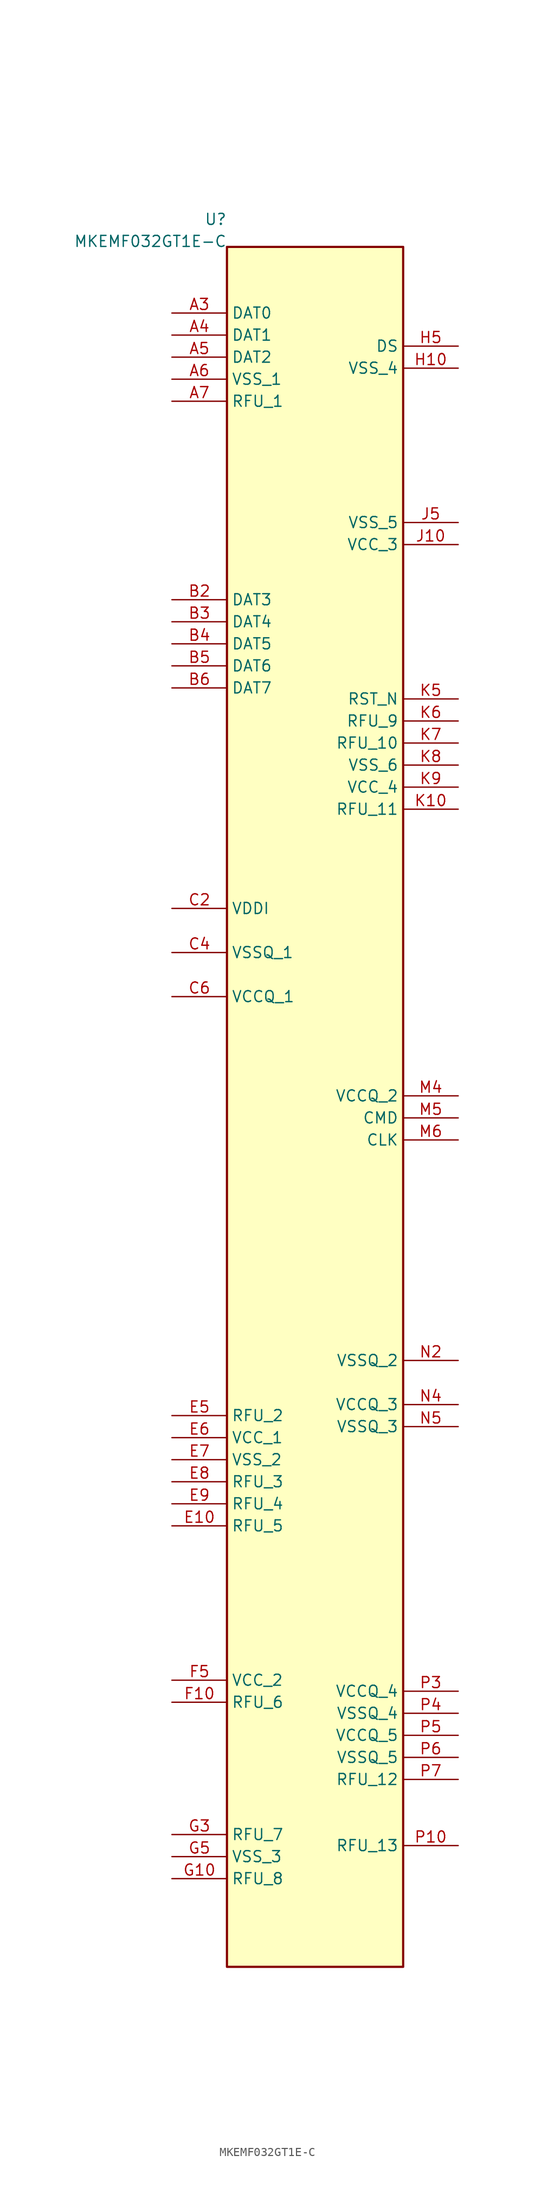
<source format=kicad_sym>
(kicad_symbol_lib
  (version 20241209)
  (generator "kicad_symbol_editor")
  (generator_version "8.0")
  (symbol "MKEMF032GT1E-C"
    (property "Reference" "U"
      (at -10.16 102.235 0)
      (effects (font (size 1.27 1.27)) (justify right) (hide no)))
    (property "Value" "MKEMF032GT1E-C"
      (at -10.16 99.695 0)
      (effects (font (size 1.27 1.27)) (justify right) (hide no)))
    (symbol "MKEMF032GT1E-C_1_1"
      (rectangle (start -10.16 -99.06) (end 10.16 99.06) (stroke (width 0.254) (type solid)) (fill (type background)))
      (pin passive line (at -16.51 96.52 0) (length 6.35) (hide yes) (name "NC_1" (effects (font (size 1.27 1.27)))) (number "A1" (effects (font (size 1.27 1.27)))))
      (pin passive line (at -16.51 93.98 0) (length 6.35) (hide yes) (name "NC_2" (effects (font (size 1.27 1.27)))) (number "A2" (effects (font (size 1.27 1.27)))))
      (pin passive line (at -16.51 91.44 0) (length 6.35) (name "DAT0" (effects (font (size 1.27 1.27)))) (number "A3" (effects (font (size 1.27 1.27)))))
      (pin passive line (at -16.51 88.9 0) (length 6.35) (name "DAT1" (effects (font (size 1.27 1.27)))) (number "A4" (effects (font (size 1.27 1.27)))))
      (pin passive line (at -16.51 86.36 0) (length 6.35) (name "DAT2" (effects (font (size 1.27 1.27)))) (number "A5" (effects (font (size 1.27 1.27)))))
      (pin passive line (at -16.51 83.82 0) (length 6.35) (name "VSS_1" (effects (font (size 1.27 1.27)))) (number "A6" (effects (font (size 1.27 1.27)))))
      (pin passive line (at -16.51 81.28 0) (length 6.35) (name "RFU_1" (effects (font (size 1.27 1.27)))) (number "A7" (effects (font (size 1.27 1.27)))))
      (pin passive line (at -16.51 78.74 0) (length 6.35) (hide yes) (name "NC_3" (effects (font (size 1.27 1.27)))) (number "A8" (effects (font (size 1.27 1.27)))))
      (pin passive line (at -16.51 76.2 0) (length 6.35) (hide yes) (name "NC_4" (effects (font (size 1.27 1.27)))) (number "A9" (effects (font (size 1.27 1.27)))))
      (pin passive line (at -16.51 73.66 0) (length 6.35) (hide yes) (name "NC_5" (effects (font (size 1.27 1.27)))) (number "A10" (effects (font (size 1.27 1.27)))))
      (pin passive line (at -16.51 71.12 0) (length 6.35) (hide yes) (name "NC_6" (effects (font (size 1.27 1.27)))) (number "A11" (effects (font (size 1.27 1.27)))))
      (pin passive line (at -16.51 68.58 0) (length 6.35) (hide yes) (name "NC_7" (effects (font (size 1.27 1.27)))) (number "A12" (effects (font (size 1.27 1.27)))))
      (pin passive line (at -16.51 66.04 0) (length 6.35) (hide yes) (name "NC_8" (effects (font (size 1.27 1.27)))) (number "A13" (effects (font (size 1.27 1.27)))))
      (pin passive line (at -16.51 63.5 0) (length 6.35) (hide yes) (name "NC_9" (effects (font (size 1.27 1.27)))) (number "A14" (effects (font (size 1.27 1.27)))))
      (pin passive line (at -16.51 60.96 0) (length 6.35) (hide yes) (name "NC_10" (effects (font (size 1.27 1.27)))) (number "B1" (effects (font (size 1.27 1.27)))))
      (pin passive line (at -16.51 58.42 0) (length 6.35) (name "DAT3" (effects (font (size 1.27 1.27)))) (number "B2" (effects (font (size 1.27 1.27)))))
      (pin passive line (at -16.51 55.88 0) (length 6.35) (name "DAT4" (effects (font (size 1.27 1.27)))) (number "B3" (effects (font (size 1.27 1.27)))))
      (pin passive line (at -16.51 53.34 0) (length 6.35) (name "DAT5" (effects (font (size 1.27 1.27)))) (number "B4" (effects (font (size 1.27 1.27)))))
      (pin passive line (at -16.51 50.8 0) (length 6.35) (name "DAT6" (effects (font (size 1.27 1.27)))) (number "B5" (effects (font (size 1.27 1.27)))))
      (pin passive line (at -16.51 48.26 0) (length 6.35) (name "DAT7" (effects (font (size 1.27 1.27)))) (number "B6" (effects (font (size 1.27 1.27)))))
      (pin passive line (at -16.51 45.72 0) (length 6.35) (hide yes) (name "NC_11" (effects (font (size 1.27 1.27)))) (number "B7" (effects (font (size 1.27 1.27)))))
      (pin passive line (at -16.51 43.18 0) (length 6.35) (hide yes) (name "NC_12" (effects (font (size 1.27 1.27)))) (number "B8" (effects (font (size 1.27 1.27)))))
      (pin passive line (at -16.51 40.64 0) (length 6.35) (hide yes) (name "NC_13" (effects (font (size 1.27 1.27)))) (number "B9" (effects (font (size 1.27 1.27)))))
      (pin passive line (at -16.51 38.1 0) (length 6.35) (hide yes) (name "NC_14" (effects (font (size 1.27 1.27)))) (number "B10" (effects (font (size 1.27 1.27)))))
      (pin passive line (at -16.51 35.56 0) (length 6.35) (hide yes) (name "NC_15" (effects (font (size 1.27 1.27)))) (number "B11" (effects (font (size 1.27 1.27)))))
      (pin passive line (at -16.51 33.02 0) (length 6.35) (hide yes) (name "NC_16" (effects (font (size 1.27 1.27)))) (number "B12" (effects (font (size 1.27 1.27)))))
      (pin passive line (at -16.51 30.48 0) (length 6.35) (hide yes) (name "NC_17" (effects (font (size 1.27 1.27)))) (number "B13" (effects (font (size 1.27 1.27)))))
      (pin passive line (at -16.51 27.94 0) (length 6.35) (hide yes) (name "NC_18" (effects (font (size 1.27 1.27)))) (number "B14" (effects (font (size 1.27 1.27)))))
      (pin passive line (at -16.51 25.4 0) (length 6.35) (hide yes) (name "NC_19" (effects (font (size 1.27 1.27)))) (number "C1" (effects (font (size 1.27 1.27)))))
      (pin passive line (at -16.51 22.86 0) (length 6.35) (name "VDDI" (effects (font (size 1.27 1.27)))) (number "C2" (effects (font (size 1.27 1.27)))))
      (pin passive line (at -16.51 20.32 0) (length 6.35) (hide yes) (name "NC_20" (effects (font (size 1.27 1.27)))) (number "C3" (effects (font (size 1.27 1.27)))))
      (pin passive line (at -16.51 17.78 0) (length 6.35) (name "VSSQ_1" (effects (font (size 1.27 1.27)))) (number "C4" (effects (font (size 1.27 1.27)))))
      (pin passive line (at -16.51 15.24 0) (length 6.35) (hide yes) (name "NC_21" (effects (font (size 1.27 1.27)))) (number "C5" (effects (font (size 1.27 1.27)))))
      (pin passive line (at -16.51 12.7 0) (length 6.35) (name "VCCQ_1" (effects (font (size 1.27 1.27)))) (number "C6" (effects (font (size 1.27 1.27)))))
      (pin passive line (at -16.51 10.16 0) (length 6.35) (hide yes) (name "NC_22" (effects (font (size 1.27 1.27)))) (number "C7" (effects (font (size 1.27 1.27)))))
      (pin passive line (at -16.51 7.62 0) (length 6.35) (hide yes) (name "NC_23" (effects (font (size 1.27 1.27)))) (number "C8" (effects (font (size 1.27 1.27)))))
      (pin passive line (at -16.51 5.08 0) (length 6.35) (hide yes) (name "NC_24" (effects (font (size 1.27 1.27)))) (number "C9" (effects (font (size 1.27 1.27)))))
      (pin passive line (at -16.51 2.54 0) (length 6.35) (hide yes) (name "NC_25" (effects (font (size 1.27 1.27)))) (number "C10" (effects (font (size 1.27 1.27)))))
      (pin passive line (at -16.51 -6.039613253960852e-14 0) (length 6.35) (hide yes) (name "NC_26" (effects (font (size 1.27 1.27)))) (number "C11" (effects (font (size 1.27 1.27)))))
      (pin passive line (at -16.51 -2.54 0) (length 6.35) (hide yes) (name "NC_27" (effects (font (size 1.27 1.27)))) (number "C12" (effects (font (size 1.27 1.27)))))
      (pin passive line (at -16.51 -5.08 0) (length 6.35) (hide yes) (name "NC_28" (effects (font (size 1.27 1.27)))) (number "C13" (effects (font (size 1.27 1.27)))))
      (pin passive line (at -16.51 -7.62 0) (length 6.35) (hide yes) (name "NC_29" (effects (font (size 1.27 1.27)))) (number "C14" (effects (font (size 1.27 1.27)))))
      (pin passive line (at -16.51 -10.16 0) (length 6.35) (hide yes) (name "NC_30" (effects (font (size 1.27 1.27)))) (number "D1" (effects (font (size 1.27 1.27)))))
      (pin passive line (at -16.51 -12.7 0) (length 6.35) (hide yes) (name "NC_31" (effects (font (size 1.27 1.27)))) (number "D2" (effects (font (size 1.27 1.27)))))
      (pin passive line (at -16.51 -15.24 0) (length 6.35) (hide yes) (name "NC_32" (effects (font (size 1.27 1.27)))) (number "D3" (effects (font (size 1.27 1.27)))))
      (pin passive line (at -16.51 -17.78 0) (length 6.35) (hide yes) (name "NC_33" (effects (font (size 1.27 1.27)))) (number "D4" (effects (font (size 1.27 1.27)))))
      (pin passive line (at -16.51 -20.32 0) (length 6.35) (hide yes) (name "NC_34" (effects (font (size 1.27 1.27)))) (number "D12" (effects (font (size 1.27 1.27)))))
      (pin passive line (at -16.51 -22.86 0) (length 6.35) (hide yes) (name "NC_35" (effects (font (size 1.27 1.27)))) (number "D13" (effects (font (size 1.27 1.27)))))
      (pin passive line (at -16.51 -25.4 0) (length 6.35) (hide yes) (name "NC_36" (effects (font (size 1.27 1.27)))) (number "D14" (effects (font (size 1.27 1.27)))))
      (pin passive line (at -16.51 -27.94 0) (length 6.35) (hide yes) (name "NC_37" (effects (font (size 1.27 1.27)))) (number "E1" (effects (font (size 1.27 1.27)))))
      (pin passive line (at -16.51 -30.48 0) (length 6.35) (hide yes) (name "NC_38" (effects (font (size 1.27 1.27)))) (number "E2" (effects (font (size 1.27 1.27)))))
      (pin passive line (at -16.51 -33.02 0) (length 6.35) (hide yes) (name "NC_39" (effects (font (size 1.27 1.27)))) (number "E3" (effects (font (size 1.27 1.27)))))
      (pin passive line (at -16.51 -35.56 0) (length 6.35) (name "RFU_2" (effects (font (size 1.27 1.27)))) (number "E5" (effects (font (size 1.27 1.27)))))
      (pin passive line (at -16.51 -38.1 0) (length 6.35) (name "VCC_1" (effects (font (size 1.27 1.27)))) (number "E6" (effects (font (size 1.27 1.27)))))
      (pin passive line (at -16.51 -40.64 0) (length 6.35) (name "VSS_2" (effects (font (size 1.27 1.27)))) (number "E7" (effects (font (size 1.27 1.27)))))
      (pin passive line (at -16.51 -43.18 0) (length 6.35) (name "RFU_3" (effects (font (size 1.27 1.27)))) (number "E8" (effects (font (size 1.27 1.27)))))
      (pin passive line (at -16.51 -45.72 0) (length 6.35) (name "RFU_4" (effects (font (size 1.27 1.27)))) (number "E9" (effects (font (size 1.27 1.27)))))
      (pin passive line (at -16.51 -48.26 0) (length 6.35) (name "RFU_5" (effects (font (size 1.27 1.27)))) (number "E10" (effects (font (size 1.27 1.27)))))
      (pin passive line (at -16.51 -50.8 0) (length 6.35) (hide yes) (name "NC_40" (effects (font (size 1.27 1.27)))) (number "E12" (effects (font (size 1.27 1.27)))))
      (pin passive line (at -16.51 -53.34 0) (length 6.35) (hide yes) (name "NC_41" (effects (font (size 1.27 1.27)))) (number "E13" (effects (font (size 1.27 1.27)))))
      (pin passive line (at -16.51 -55.88 0) (length 6.35) (hide yes) (name "NC_42" (effects (font (size 1.27 1.27)))) (number "E14" (effects (font (size 1.27 1.27)))))
      (pin passive line (at -16.51 -58.42 0) (length 6.35) (hide yes) (name "NC_43" (effects (font (size 1.27 1.27)))) (number "F1" (effects (font (size 1.27 1.27)))))
      (pin passive line (at -16.51 -60.96 0) (length 6.35) (hide yes) (name "NC_44" (effects (font (size 1.27 1.27)))) (number "F2" (effects (font (size 1.27 1.27)))))
      (pin passive line (at -16.51 -63.5 0) (length 6.35) (hide yes) (name "NC_45" (effects (font (size 1.27 1.27)))) (number "F3" (effects (font (size 1.27 1.27)))))
      (pin passive line (at -16.51 -66.04 0) (length 6.35) (name "VCC_2" (effects (font (size 1.27 1.27)))) (number "F5" (effects (font (size 1.27 1.27)))))
      (pin passive line (at -16.51 -68.58 0) (length 6.35) (name "RFU_6" (effects (font (size 1.27 1.27)))) (number "F10" (effects (font (size 1.27 1.27)))))
      (pin passive line (at -16.51 -71.12 0) (length 6.35) (hide yes) (name "NC_46" (effects (font (size 1.27 1.27)))) (number "F12" (effects (font (size 1.27 1.27)))))
      (pin passive line (at -16.51 -73.66 0) (length 6.35) (hide yes) (name "NC_47" (effects (font (size 1.27 1.27)))) (number "F13" (effects (font (size 1.27 1.27)))))
      (pin passive line (at -16.51 -76.2 0) (length 6.35) (hide yes) (name "NC_48" (effects (font (size 1.27 1.27)))) (number "F14" (effects (font (size 1.27 1.27)))))
      (pin passive line (at -16.51 -78.74 0) (length 6.35) (hide yes) (name "NC_49" (effects (font (size 1.27 1.27)))) (number "G1" (effects (font (size 1.27 1.27)))))
      (pin passive line (at -16.51 -81.28 0) (length 6.35) (hide yes) (name "NC_50" (effects (font (size 1.27 1.27)))) (number "G2" (effects (font (size 1.27 1.27)))))
      (pin passive line (at -16.51 -83.82 0) (length 6.35) (name "RFU_7" (effects (font (size 1.27 1.27)))) (number "G3" (effects (font (size 1.27 1.27)))))
      (pin passive line (at -16.51 -86.36 0) (length 6.35) (name "VSS_3" (effects (font (size 1.27 1.27)))) (number "G5" (effects (font (size 1.27 1.27)))))
      (pin passive line (at -16.51 -88.9 0) (length 6.35) (name "RFU_8" (effects (font (size 1.27 1.27)))) (number "G10" (effects (font (size 1.27 1.27)))))
      (pin passive line (at -16.51 -91.44 0) (length 6.35) (hide yes) (name "NC_51" (effects (font (size 1.27 1.27)))) (number "G12" (effects (font (size 1.27 1.27)))))
      (pin passive line (at -16.51 -93.98 0) (length 6.35) (hide yes) (name "NC_52" (effects (font (size 1.27 1.27)))) (number "G13" (effects (font (size 1.27 1.27)))))
      (pin passive line (at -16.51 -96.52 0) (length 6.35) (hide yes) (name "NC_53" (effects (font (size 1.27 1.27)))) (number "G14" (effects (font (size 1.27 1.27)))))
      (pin passive line (at 16.51 95.25 180) (length 6.35) (hide yes) (name "NC_54" (effects (font (size 1.27 1.27)))) (number "H1" (effects (font (size 1.27 1.27)))))
      (pin passive line (at 16.51 92.71 180) (length 6.35) (hide yes) (name "NC_55" (effects (font (size 1.27 1.27)))) (number "H2" (effects (font (size 1.27 1.27)))))
      (pin passive line (at 16.51 90.17 180) (length 6.35) (hide yes) (name "NC_56" (effects (font (size 1.27 1.27)))) (number "H3" (effects (font (size 1.27 1.27)))))
      (pin passive line (at 16.51 87.63 180) (length 6.35) (name "DS" (effects (font (size 1.27 1.27)))) (number "H5" (effects (font (size 1.27 1.27)))))
      (pin passive line (at 16.51 85.09 180) (length 6.35) (name "VSS_4" (effects (font (size 1.27 1.27)))) (number "H10" (effects (font (size 1.27 1.27)))))
      (pin passive line (at 16.51 82.55 180) (length 6.35) (hide yes) (name "NC_57" (effects (font (size 1.27 1.27)))) (number "H12" (effects (font (size 1.27 1.27)))))
      (pin passive line (at 16.51 80.01 180) (length 6.35) (hide yes) (name "NC_58" (effects (font (size 1.27 1.27)))) (number "H13" (effects (font (size 1.27 1.27)))))
      (pin passive line (at 16.51 77.47 180) (length 6.35) (hide yes) (name "NC_59" (effects (font (size 1.27 1.27)))) (number "H14" (effects (font (size 1.27 1.27)))))
      (pin passive line (at 16.51 74.93 180) (length 6.35) (hide yes) (name "NC_60" (effects (font (size 1.27 1.27)))) (number "J1" (effects (font (size 1.27 1.27)))))
      (pin passive line (at 16.51 72.39 180) (length 6.35) (hide yes) (name "NC_61" (effects (font (size 1.27 1.27)))) (number "J2" (effects (font (size 1.27 1.27)))))
      (pin passive line (at 16.51 69.85 180) (length 6.35) (hide yes) (name "NC_62" (effects (font (size 1.27 1.27)))) (number "J3" (effects (font (size 1.27 1.27)))))
      (pin passive line (at 16.51 67.31 180) (length 6.35) (name "VSS_5" (effects (font (size 1.27 1.27)))) (number "J5" (effects (font (size 1.27 1.27)))))
      (pin passive line (at 16.51 64.77 180) (length 6.35) (name "VCC_3" (effects (font (size 1.27 1.27)))) (number "J10" (effects (font (size 1.27 1.27)))))
      (pin passive line (at 16.51 62.23 180) (length 6.35) (hide yes) (name "NC_63" (effects (font (size 1.27 1.27)))) (number "J12" (effects (font (size 1.27 1.27)))))
      (pin passive line (at 16.51 59.69 180) (length 6.35) (hide yes) (name "NC_64" (effects (font (size 1.27 1.27)))) (number "J13" (effects (font (size 1.27 1.27)))))
      (pin passive line (at 16.51 57.15 180) (length 6.35) (hide yes) (name "NC_65" (effects (font (size 1.27 1.27)))) (number "J14" (effects (font (size 1.27 1.27)))))
      (pin passive line (at 16.51 54.61 180) (length 6.35) (hide yes) (name "NC_66" (effects (font (size 1.27 1.27)))) (number "K1" (effects (font (size 1.27 1.27)))))
      (pin passive line (at 16.51 52.07 180) (length 6.35) (hide yes) (name "NC_67" (effects (font (size 1.27 1.27)))) (number "K2" (effects (font (size 1.27 1.27)))))
      (pin passive line (at 16.51 49.53 180) (length 6.35) (hide yes) (name "NC_68" (effects (font (size 1.27 1.27)))) (number "K3" (effects (font (size 1.27 1.27)))))
      (pin passive line (at 16.51 46.99 180) (length 6.35) (name "RST_N" (effects (font (size 1.27 1.27)))) (number "K5" (effects (font (size 1.27 1.27)))))
      (pin passive line (at 16.51 44.45 180) (length 6.35) (name "RFU_9" (effects (font (size 1.27 1.27)))) (number "K6" (effects (font (size 1.27 1.27)))))
      (pin passive line (at 16.51 41.91 180) (length 6.35) (name "RFU_10" (effects (font (size 1.27 1.27)))) (number "K7" (effects (font (size 1.27 1.27)))))
      (pin passive line (at 16.51 39.37 180) (length 6.35) (name "VSS_6" (effects (font (size 1.27 1.27)))) (number "K8" (effects (font (size 1.27 1.27)))))
      (pin passive line (at 16.51 36.83 180) (length 6.35) (name "VCC_4" (effects (font (size 1.27 1.27)))) (number "K9" (effects (font (size 1.27 1.27)))))
      (pin passive line (at 16.51 34.29 180) (length 6.35) (name "RFU_11" (effects (font (size 1.27 1.27)))) (number "K10" (effects (font (size 1.27 1.27)))))
      (pin passive line (at 16.51 31.75 180) (length 6.35) (hide yes) (name "NC_69" (effects (font (size 1.27 1.27)))) (number "K12" (effects (font (size 1.27 1.27)))))
      (pin passive line (at 16.51 29.21 180) (length 6.35) (hide yes) (name "NC_70" (effects (font (size 1.27 1.27)))) (number "K13" (effects (font (size 1.27 1.27)))))
      (pin passive line (at 16.51 26.67 180) (length 6.35) (hide yes) (name "NC_71" (effects (font (size 1.27 1.27)))) (number "K14" (effects (font (size 1.27 1.27)))))
      (pin passive line (at 16.51 24.13 180) (length 6.35) (hide yes) (name "NC_72" (effects (font (size 1.27 1.27)))) (number "L1" (effects (font (size 1.27 1.27)))))
      (pin passive line (at 16.51 21.59 180) (length 6.35) (hide yes) (name "NC_73" (effects (font (size 1.27 1.27)))) (number "L2" (effects (font (size 1.27 1.27)))))
      (pin passive line (at 16.51 19.05 180) (length 6.35) (hide yes) (name "NC_74" (effects (font (size 1.27 1.27)))) (number "L3" (effects (font (size 1.27 1.27)))))
      (pin passive line (at 16.51 16.51 180) (length 6.35) (hide yes) (name "NC_75" (effects (font (size 1.27 1.27)))) (number "L12" (effects (font (size 1.27 1.27)))))
      (pin passive line (at 16.51 13.97 180) (length 6.35) (hide yes) (name "NC_76" (effects (font (size 1.27 1.27)))) (number "L13" (effects (font (size 1.27 1.27)))))
      (pin passive line (at 16.51 11.43 180) (length 6.35) (hide yes) (name "NC_77" (effects (font (size 1.27 1.27)))) (number "L14" (effects (font (size 1.27 1.27)))))
      (pin passive line (at 16.51 8.89 180) (length 6.35) (hide yes) (name "NC_78" (effects (font (size 1.27 1.27)))) (number "M1" (effects (font (size 1.27 1.27)))))
      (pin passive line (at 16.51 6.35 180) (length 6.35) (hide yes) (name "NC_79" (effects (font (size 1.27 1.27)))) (number "M2" (effects (font (size 1.27 1.27)))))
      (pin passive line (at 16.51 3.81 180) (length 6.35) (hide yes) (name "NC_80" (effects (font (size 1.27 1.27)))) (number "M3" (effects (font (size 1.27 1.27)))))
      (pin passive line (at 16.51 1.27 180) (length 6.35) (name "VCCQ_2" (effects (font (size 1.27 1.27)))) (number "M4" (effects (font (size 1.27 1.27)))))
      (pin passive line (at 16.51 -1.27 180) (length 6.35) (name "CMD" (effects (font (size 1.27 1.27)))) (number "M5" (effects (font (size 1.27 1.27)))))
      (pin passive line (at 16.51 -3.81 180) (length 6.35) (name "CLK" (effects (font (size 1.27 1.27)))) (number "M6" (effects (font (size 1.27 1.27)))))
      (pin passive line (at 16.51 -6.35 180) (length 6.35) (hide yes) (name "NC_81" (effects (font (size 1.27 1.27)))) (number "M7" (effects (font (size 1.27 1.27)))))
      (pin passive line (at 16.51 -8.89 180) (length 6.35) (hide yes) (name "NC_82" (effects (font (size 1.27 1.27)))) (number "M8" (effects (font (size 1.27 1.27)))))
      (pin passive line (at 16.51 -11.43 180) (length 6.35) (hide yes) (name "NC_83" (effects (font (size 1.27 1.27)))) (number "M9" (effects (font (size 1.27 1.27)))))
      (pin passive line (at 16.51 -13.97 180) (length 6.35) (hide yes) (name "NC_84" (effects (font (size 1.27 1.27)))) (number "M10" (effects (font (size 1.27 1.27)))))
      (pin passive line (at 16.51 -16.51 180) (length 6.35) (hide yes) (name "NC_85" (effects (font (size 1.27 1.27)))) (number "M11" (effects (font (size 1.27 1.27)))))
      (pin passive line (at 16.51 -19.05 180) (length 6.35) (hide yes) (name "NC_86" (effects (font (size 1.27 1.27)))) (number "M12" (effects (font (size 1.27 1.27)))))
      (pin passive line (at 16.51 -21.59 180) (length 6.35) (hide yes) (name "NC_87" (effects (font (size 1.27 1.27)))) (number "M13" (effects (font (size 1.27 1.27)))))
      (pin passive line (at 16.51 -24.13 180) (length 6.35) (hide yes) (name "NC_88" (effects (font (size 1.27 1.27)))) (number "M14" (effects (font (size 1.27 1.27)))))
      (pin passive line (at 16.51 -26.67 180) (length 6.35) (hide yes) (name "NC_89" (effects (font (size 1.27 1.27)))) (number "N1" (effects (font (size 1.27 1.27)))))
      (pin passive line (at 16.51 -29.21 180) (length 6.35) (name "VSSQ_2" (effects (font (size 1.27 1.27)))) (number "N2" (effects (font (size 1.27 1.27)))))
      (pin passive line (at 16.51 -31.75 180) (length 6.35) (hide yes) (name "NC_90" (effects (font (size 1.27 1.27)))) (number "N3" (effects (font (size 1.27 1.27)))))
      (pin passive line (at 16.51 -34.29 180) (length 6.35) (name "VCCQ_3" (effects (font (size 1.27 1.27)))) (number "N4" (effects (font (size 1.27 1.27)))))
      (pin passive line (at 16.51 -36.83 180) (length 6.35) (name "VSSQ_3" (effects (font (size 1.27 1.27)))) (number "N5" (effects (font (size 1.27 1.27)))))
      (pin passive line (at 16.51 -39.37 180) (length 6.35) (hide yes) (name "NC_91" (effects (font (size 1.27 1.27)))) (number "N6" (effects (font (size 1.27 1.27)))))
      (pin passive line (at 16.51 -41.91 180) (length 6.35) (hide yes) (name "NC_92" (effects (font (size 1.27 1.27)))) (number "N7" (effects (font (size 1.27 1.27)))))
      (pin passive line (at 16.51 -44.45 180) (length 6.35) (hide yes) (name "NC_93" (effects (font (size 1.27 1.27)))) (number "N8" (effects (font (size 1.27 1.27)))))
      (pin passive line (at 16.51 -46.99 180) (length 6.35) (hide yes) (name "NC_94" (effects (font (size 1.27 1.27)))) (number "N9" (effects (font (size 1.27 1.27)))))
      (pin passive line (at 16.51 -49.53 180) (length 6.35) (hide yes) (name "NC_95" (effects (font (size 1.27 1.27)))) (number "N10" (effects (font (size 1.27 1.27)))))
      (pin passive line (at 16.51 -52.07 180) (length 6.35) (hide yes) (name "NC_96" (effects (font (size 1.27 1.27)))) (number "N11" (effects (font (size 1.27 1.27)))))
      (pin passive line (at 16.51 -54.61 180) (length 6.35) (hide yes) (name "NC_97" (effects (font (size 1.27 1.27)))) (number "N12" (effects (font (size 1.27 1.27)))))
      (pin passive line (at 16.51 -57.15 180) (length 6.35) (hide yes) (name "NC_98" (effects (font (size 1.27 1.27)))) (number "N13" (effects (font (size 1.27 1.27)))))
      (pin passive line (at 16.51 -59.69 180) (length 6.35) (hide yes) (name "NC_99" (effects (font (size 1.27 1.27)))) (number "N14" (effects (font (size 1.27 1.27)))))
      (pin passive line (at 16.51 -62.23 180) (length 6.35) (hide yes) (name "NC_100" (effects (font (size 1.27 1.27)))) (number "P1" (effects (font (size 1.27 1.27)))))
      (pin passive line (at 16.51 -64.77 180) (length 6.35) (hide yes) (name "NC_101" (effects (font (size 1.27 1.27)))) (number "P2" (effects (font (size 1.27 1.27)))))
      (pin passive line (at 16.51 -67.31 180) (length 6.35) (name "VCCQ_4" (effects (font (size 1.27 1.27)))) (number "P3" (effects (font (size 1.27 1.27)))))
      (pin passive line (at 16.51 -69.85 180) (length 6.35) (name "VSSQ_4" (effects (font (size 1.27 1.27)))) (number "P4" (effects (font (size 1.27 1.27)))))
      (pin passive line (at 16.51 -72.39 180) (length 6.35) (name "VCCQ_5" (effects (font (size 1.27 1.27)))) (number "P5" (effects (font (size 1.27 1.27)))))
      (pin passive line (at 16.51 -74.93 180) (length 6.35) (name "VSSQ_5" (effects (font (size 1.27 1.27)))) (number "P6" (effects (font (size 1.27 1.27)))))
      (pin passive line (at 16.51 -77.47 180) (length 6.35) (name "RFU_12" (effects (font (size 1.27 1.27)))) (number "P7" (effects (font (size 1.27 1.27)))))
      (pin passive line (at 16.51 -80.01 180) (length 6.35) (hide yes) (name "NC_102" (effects (font (size 1.27 1.27)))) (number "P8" (effects (font (size 1.27 1.27)))))
      (pin passive line (at 16.51 -82.55 180) (length 6.35) (hide yes) (name "NC_103" (effects (font (size 1.27 1.27)))) (number "P9" (effects (font (size 1.27 1.27)))))
      (pin passive line (at 16.51 -85.09 180) (length 6.35) (name "RFU_13" (effects (font (size 1.27 1.27)))) (number "P10" (effects (font (size 1.27 1.27)))))
      (pin passive line (at 16.51 -87.63 180) (length 6.35) (hide yes) (name "NC_104" (effects (font (size 1.27 1.27)))) (number "P11" (effects (font (size 1.27 1.27)))))
      (pin passive line (at 16.51 -90.17 180) (length 6.35) (hide yes) (name "NC_105" (effects (font (size 1.27 1.27)))) (number "P12" (effects (font (size 1.27 1.27)))))
      (pin passive line (at 16.51 -92.71 180) (length 6.35) (hide yes) (name "NC_106" (effects (font (size 1.27 1.27)))) (number "P13" (effects (font (size 1.27 1.27)))))
      (pin passive line (at 16.51 -95.25 180) (length 6.35) (hide yes) (name "NC_107" (effects (font (size 1.27 1.27)))) (number "P14" (effects (font (size 1.27 1.27))))))))
</source>
